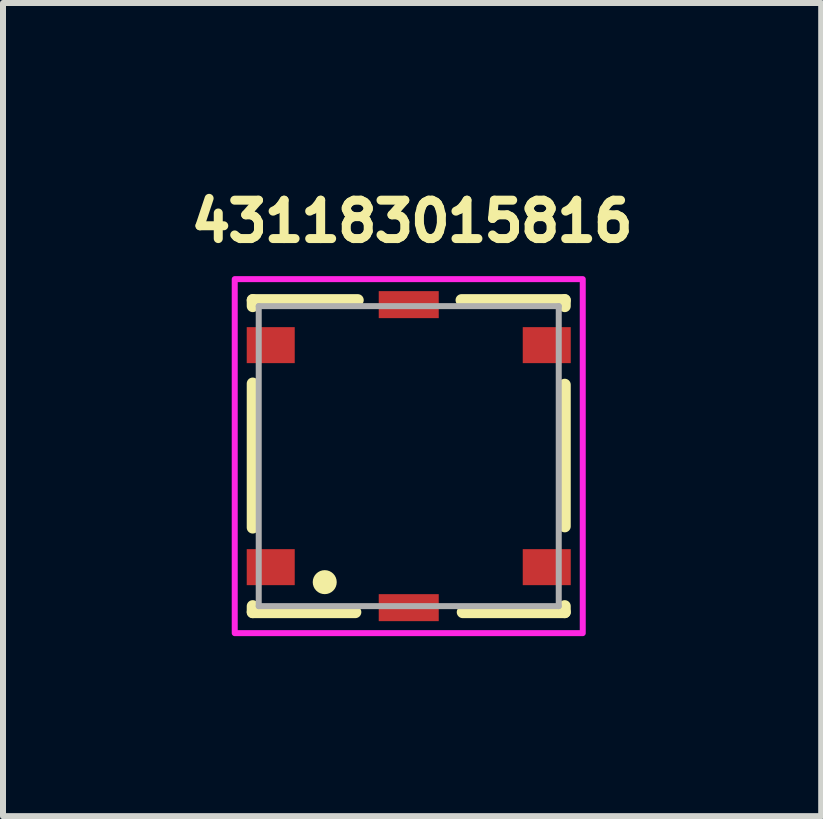
<source format=kicad_pcb>
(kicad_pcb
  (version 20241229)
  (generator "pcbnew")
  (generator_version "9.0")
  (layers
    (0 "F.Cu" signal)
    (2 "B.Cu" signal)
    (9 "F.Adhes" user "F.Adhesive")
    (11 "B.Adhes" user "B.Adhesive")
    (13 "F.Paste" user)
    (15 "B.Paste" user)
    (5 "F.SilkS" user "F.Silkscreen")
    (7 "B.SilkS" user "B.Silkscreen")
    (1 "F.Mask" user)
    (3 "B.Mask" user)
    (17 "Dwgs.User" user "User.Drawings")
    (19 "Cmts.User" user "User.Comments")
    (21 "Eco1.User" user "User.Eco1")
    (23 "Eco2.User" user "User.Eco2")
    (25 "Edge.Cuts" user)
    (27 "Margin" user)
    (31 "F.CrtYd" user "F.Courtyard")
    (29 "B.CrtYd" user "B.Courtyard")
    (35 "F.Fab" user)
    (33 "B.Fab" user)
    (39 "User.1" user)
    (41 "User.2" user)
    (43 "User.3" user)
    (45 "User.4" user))
  (footprint "431183015816"
    (layer "F.Cu")
    (at 3.762 4.552)
    (property "Reference" "431183015816" (at 0.056 -3.914 0) (layer "F.SilkS") (effects (font (size 0.64 0.64) (thickness 0.15))))
    (attr smd)
    (fp_line (start -2.6 -2.5) (end -2.6 -2.6) (stroke (width 0.2) (type solid)) (layer "F.SilkS"))
    (fp_line (start -2.6 -1.21) (end -2.6 1.19) (stroke (width 0.2) (type solid)) (layer "F.SilkS"))
    (fp_line (start -2.6 2.5) (end -2.6 2.6) (stroke (width 0.2) (type solid)) (layer "F.SilkS"))
    (fp_line (start -2.6 2.6) (end -0.89 2.6) (stroke (width 0.2) (type solid)) (layer "F.SilkS"))
    (fp_line (start -0.85 -2.6) (end -2.6 -2.6) (stroke (width 0.2) (type solid)) (layer "F.SilkS"))
    (fp_line (start 0.88 -2.6) (end 2.6 -2.6) (stroke (width 0.2) (type solid)) (layer "F.SilkS"))
    (fp_line (start 2.6 -2.5) (end 2.6 -2.6) (stroke (width 0.2) (type solid)) (layer "F.SilkS"))
    (fp_line (start 2.6 -1.19) (end 2.6 1.17) (stroke (width 0.2) (type solid)) (layer "F.SilkS"))
    (fp_line (start 2.6 2.5) (end 2.6 2.6) (stroke (width 0.2) (type solid)) (layer "F.SilkS"))
    (fp_line (start 2.6 2.6) (end 0.9 2.6) (stroke (width 0.2) (type solid)) (layer "F.SilkS"))
    (fp_circle (center -1.4 2.1) (end -1.3 2.1) (stroke (width 0.2) (type solid)) (fill no) (layer "F.SilkS"))
    (fp_poly (pts (xy -2.9 -2.95) (xy 2.9 -2.95) (xy 2.9 2.95) (xy -2.9 2.95)) (stroke (width 0.1) (type solid)) (fill no) (layer "F.CrtYd"))
    (fp_line (start -2.5 -2.5) (end 2.5 -2.5) (stroke (width 0.1) (type solid)) (layer "F.Fab"))
    (fp_line (start -2.5 2.5) (end -2.5 -2.5) (stroke (width 0.1) (type solid)) (layer "F.Fab"))
    (fp_line (start 2.5 -2.5) (end 2.5 2.5) (stroke (width 0.1) (type solid)) (layer "F.Fab"))
    (fp_line (start 2.5 2.5) (end -2.5 2.5) (stroke (width 0.1) (type solid)) (layer "F.Fab"))
    (pad "1" smd rect (at -2.3 1.85) (size 0.8 0.6) (layers "F.Cu" "F.Mask" "F.Paste"))
    (pad "2" smd rect (at -2.3 -1.85) (size 0.8 0.6) (layers "F.Cu" "F.Mask" "F.Paste"))
    (pad "3" smd rect (at 2.3 1.85) (size 0.8 0.6) (layers "F.Cu" "F.Mask" "F.Paste"))
    (pad "4" smd rect (at 2.3 -1.85) (size 0.8 0.6) (layers "F.Cu" "F.Mask" "F.Paste"))
    (pad "GND1" smd rect (at 0 -2.525) (size 1 0.45) (layers "F.Cu" "F.Mask" "F.Paste"))
    (pad "GND2" smd rect (at 0 2.525) (size 1 0.45) (layers "F.Cu" "F.Mask" "F.Paste")))
  (gr_rect
    (start -3 -3)
    (end 10.636 10.552)
    (stroke (width 0.1) (type default))
    (fill no)
    (layer "Edge.Cuts")))
</source>
